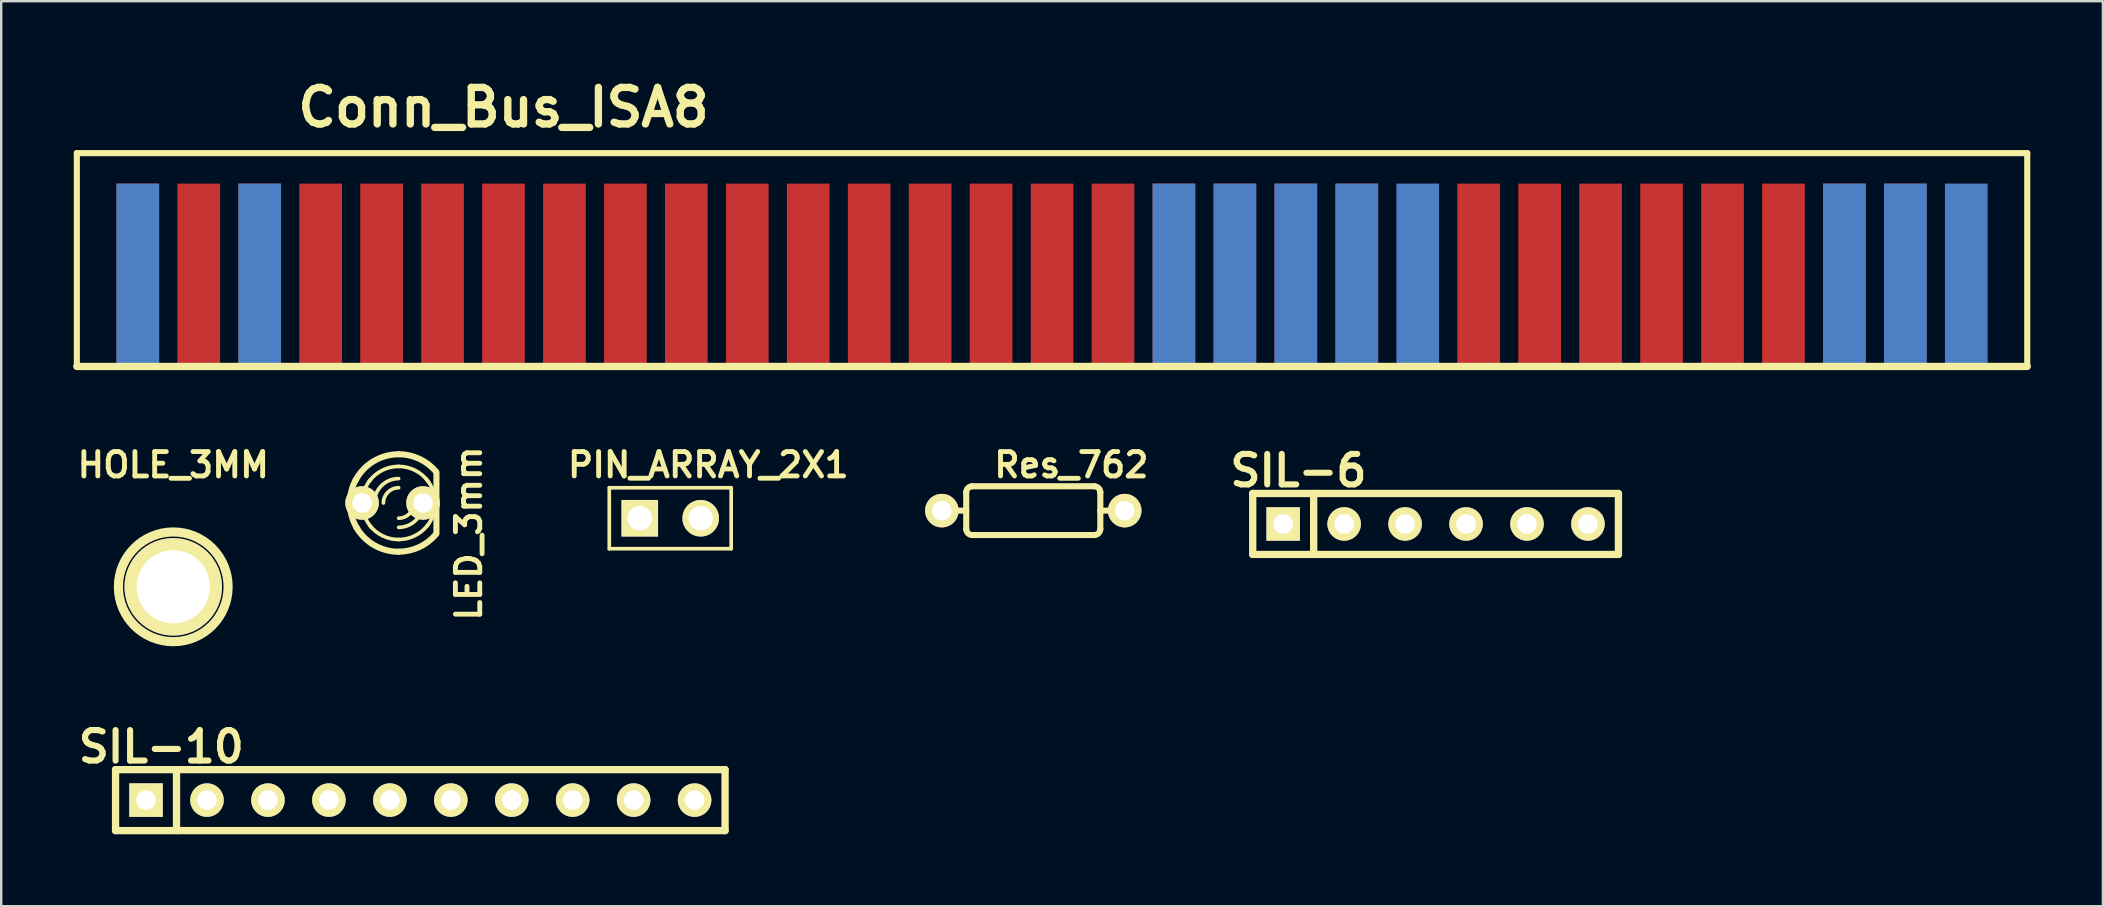
<source format=kicad_pcb>
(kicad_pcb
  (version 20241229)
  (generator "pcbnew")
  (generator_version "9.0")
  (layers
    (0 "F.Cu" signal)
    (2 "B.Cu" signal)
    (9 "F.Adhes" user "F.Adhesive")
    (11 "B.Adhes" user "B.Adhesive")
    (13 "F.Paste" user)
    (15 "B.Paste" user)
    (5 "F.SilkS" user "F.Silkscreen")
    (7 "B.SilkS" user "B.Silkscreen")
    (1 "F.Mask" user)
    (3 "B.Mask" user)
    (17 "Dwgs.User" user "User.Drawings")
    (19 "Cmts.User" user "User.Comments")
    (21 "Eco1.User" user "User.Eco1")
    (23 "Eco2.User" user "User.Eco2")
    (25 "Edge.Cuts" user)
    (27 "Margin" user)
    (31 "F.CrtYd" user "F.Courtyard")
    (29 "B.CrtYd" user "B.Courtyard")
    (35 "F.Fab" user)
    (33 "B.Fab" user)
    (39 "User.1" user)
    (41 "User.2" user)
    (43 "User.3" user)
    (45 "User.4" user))
  (footprint "Conn_Bus_ISA8"
    (layer "F.Cu")
    (at 40.792 8.411)
    (property "Reference" "Conn_Bus_ISA8" (at -22.86 -6.985 0) (layer "F.SilkS") (effects (font (size 1.524 1.524) (thickness 0.305))))
    (fp_line (start -40.64 3.81) (end -40.64 -5.08) (stroke (width 0.254) (type solid)) (layer "F.SilkS"))
    (fp_line (start 40.64 -5.08) (end -40.64 -5.08) (stroke (width 0.254) (type solid)) (layer "F.SilkS"))
    (fp_line (start 40.64 -5.08) (end 40.64 3.81) (stroke (width 0.254) (type solid)) (layer "F.SilkS"))
    (fp_line (start 40.64 3.81) (end -40.64 3.81) (stroke (width 0.305) (type solid)) (layer "F.SilkS"))
    (pad "1" connect rect (at 38.1 0) (size 1.778 7.62) (layers "B.Cu" "B.Mask"))
    (pad "2" connect rect (at 35.56 0) (size 1.778 7.62) (layers "B.Cu" "B.Mask"))
    (pad "3" connect rect (at 33.02 0) (size 1.778 7.62) (layers "B.Cu" "B.Mask"))
    (pad "10" connect rect (at 15.24 0) (size 1.778 7.62) (layers "B.Cu" "B.Mask"))
    (pad "11" connect rect (at 12.7 0) (size 1.778 7.62) (layers "B.Cu" "B.Mask"))
    (pad "12" connect rect (at 10.16 0) (size 1.778 7.62) (layers "B.Cu" "B.Mask"))
    (pad "13" connect rect (at 7.62 0) (size 1.778 7.62) (layers "B.Cu" "B.Mask"))
    (pad "14" connect rect (at 5.08 0) (size 1.778 7.62) (layers "B.Cu" "B.Mask"))
    (pad "29" connect rect (at -33.02 0) (size 1.778 7.62) (layers "B.Cu" "B.Mask"))
    (pad "31" connect rect (at -38.1 0) (size 1.778 7.62) (layers "B.Cu" "B.Mask"))
    (pad "33" connect rect (at 35.56 0) (size 1.778 7.62) (layers "F.Cu" "F.Mask"))
    (pad "34" connect rect (at 33.02 0) (size 1.778 7.62) (layers "F.Cu" "F.Mask"))
    (pad "35" connect rect (at 30.48 0) (size 1.778 7.62) (layers "F.Cu" "F.Mask"))
    (pad "36" connect rect (at 27.94 0) (size 1.778 7.62) (layers "F.Cu" "F.Mask"))
    (pad "37" connect rect (at 25.4 0) (size 1.778 7.62) (layers "F.Cu" "F.Mask"))
    (pad "38" connect rect (at 22.86 0) (size 1.778 7.62) (layers "F.Cu" "F.Mask"))
    (pad "39" connect rect (at 20.32 0) (size 1.778 7.62) (layers "F.Cu" "F.Mask"))
    (pad "40" connect rect (at 17.78 0) (size 1.778 7.62) (layers "F.Cu" "F.Mask"))
    (pad "42" connect rect (at 12.7 0) (size 1.778 7.62) (layers "F.Cu" "F.Mask"))
    (pad "43" connect rect (at 10.16 0) (size 1.778 7.62) (layers "F.Cu" "F.Mask"))
    (pad "44" connect rect (at 7.62 0) (size 1.778 7.62) (layers "F.Cu" "F.Mask"))
    (pad "45" connect rect (at 5.08 0) (size 1.778 7.62) (layers "F.Cu" "F.Mask"))
    (pad "46" connect rect (at 2.54 0) (size 1.778 7.62) (layers "F.Cu" "F.Mask"))
    (pad "47" connect rect (at 0 0) (size 1.778 7.62) (layers "F.Cu" "F.Mask"))
    (pad "48" connect rect (at -2.54 0) (size 1.778 7.62) (layers "F.Cu" "F.Mask"))
    (pad "49" connect rect (at -5.08 0) (size 1.778 7.62) (layers "F.Cu" "F.Mask"))
    (pad "50" connect rect (at -7.62 0) (size 1.778 7.62) (layers "F.Cu" "F.Mask"))
    (pad "51" connect rect (at -10.16 0) (size 1.778 7.62) (layers "F.Cu" "F.Mask"))
    (pad "52" connect rect (at -12.7 0) (size 1.778 7.62) (layers "F.Cu" "F.Mask"))
    (pad "53" connect rect (at -15.24 0) (size 1.778 7.62) (layers "F.Cu" "F.Mask"))
    (pad "54" connect rect (at -17.78 0) (size 1.778 7.62) (layers "F.Cu" "F.Mask"))
    (pad "55" connect rect (at -20.32 0) (size 1.778 7.62) (layers "F.Cu" "F.Mask"))
    (pad "56" connect rect (at -22.86 0) (size 1.778 7.62) (layers "F.Cu" "F.Mask"))
    (pad "57" connect rect (at -25.4 0) (size 1.778 7.62) (layers "F.Cu" "F.Mask"))
    (pad "58" connect rect (at -27.94 0) (size 1.778 7.62) (layers "F.Cu" "F.Mask"))
    (pad "59" connect rect (at -30.48 0) (size 1.778 7.62) (layers "F.Cu" "F.Mask"))
    (pad "60" connect rect (at -33.02 0) (size 1.778 7.62) (layers "F.Cu" "F.Mask"))
    (pad "61" connect rect (at -35.56 0) (size 1.778 7.62) (layers "F.Cu" "F.Mask"))
    (pad "62" connect rect (at -38.1 0) (size 1.778 7.62) (layers "F.Cu" "F.Mask")))
  (footprint "Res_762"
    (layer "F.Cu")
    (at 40.01 18.23)
    (property "Reference" "Res_762" (at 1.587 -1.905 0) (layer "F.SilkS") (effects (font (size 1.016 1.016) (thickness 0.203))))
    (fp_line (start -3.81 0) (end -2.794 0) (stroke (width 0.254) (type solid)) (layer "F.SilkS"))
    (fp_line (start -2.794 0.762) (end -2.794 -0.762) (stroke (width 0.254) (type solid)) (layer "F.SilkS"))
    (fp_line (start -2.54 -1.016) (end 2.54 -1.016) (stroke (width 0.254) (type solid)) (layer "F.SilkS"))
    (fp_line (start 2.54 1.016) (end -2.54 1.016) (stroke (width 0.254) (type solid)) (layer "F.SilkS"))
    (fp_line (start 2.794 -0.762) (end 2.794 0.762) (stroke (width 0.254) (type solid)) (layer "F.SilkS"))
    (fp_line (start 2.794 0) (end 3.81 0) (stroke (width 0.254) (type solid)) (layer "F.SilkS"))
    (fp_arc (start -2.794 -0.762) (mid -2.719605 -0.941605) (end -2.54 -1.016) (stroke (width 0.254) (type solid)) (layer "F.SilkS"))
    (fp_arc (start -2.54 1.016) (mid -2.719605 0.941605) (end -2.794 0.762) (stroke (width 0.254) (type solid)) (layer "F.SilkS"))
    (fp_arc (start 2.54 -1.016) (mid 2.719605 -0.941605) (end 2.794 -0.762) (stroke (width 0.254) (type solid)) (layer "F.SilkS"))
    (fp_arc (start 2.794 0.762) (mid 2.719605 0.941605) (end 2.54 1.016) (stroke (width 0.254) (type solid)) (layer "F.SilkS"))
    (pad "1" thru_hole circle (at -3.81 0) (size 1.397 1.397) (drill 0.813) (layers "*.Cu" "*.Mask" "F.SilkS"))
    (pad "2" thru_hole circle (at 3.81 0) (size 1.397 1.397) (drill 0.813) (layers "*.Cu" "*.Mask" "F.SilkS")))
  (footprint "HOLE_3MM"
    (layer "F.Cu")
    (at 4.17 21.405)
    (property "Reference" "HOLE_3MM" (at 0 -5.08 0) (layer "F.SilkS") (effects (font (size 1.016 1.016) (thickness 0.203))))
    (fp_circle (center 0 0) (end 0 -2.286) (stroke (width 0.381) (type solid)) (fill no) (layer "F.SilkS"))
    (pad "1" thru_hole circle (at 0 0) (size 4.064 4.064) (drill 3.048) (layers "*.Cu" "*.Mask" "F.SilkS")))
  (footprint "LED_3mm"
    (layer "F.Cu")
    (at 13.309 17.911)
    (property "Reference" "LED_3mm" (at 3.175 1.27 90) (layer "F.SilkS") (effects (font (size 1.016 1.016) (thickness 0.203))))
    (fp_line (start 1.829 1.27) (end 1.829 -1.27) (stroke (width 0.254) (type solid)) (layer "F.SilkS"))
    (fp_arc (start -1.778 0) (mid -1.716347 -0.496745) (end -1.53513 -0.963347) (stroke (width 0.254) (type solid)) (layer "F.SilkS"))
    (fp_arc (start -1.5367 -0.95504) (mid -0.790567 -1.739997) (end 0.253025 -2.02946) (stroke (width 0.254) (type solid)) (layer "F.SilkS"))
    (fp_arc (start -1.47574 1.06426) (mid -1.700164 0.553076) (end -1.776923 0.0001) (stroke (width 0.254) (type solid)) (layer "F.SilkS"))
    (fp_arc (start -1.27 0) (mid -1.178999 -0.518738) (end -0.916864 -0.975527) (stroke (width 0.1524) (type solid)) (layer "F.SilkS"))
    (fp_arc (start -0.9652 -0.9144) (mid -0.427912 -1.362928) (end 0.253199 -1.524) (stroke (width 0.1524) (type solid)) (layer "F.SilkS"))
    (fp_arc (start -0.88392 1.01092) (mid -1.168742 0.540951) (end -1.268111 0.000469) (stroke (width 0.1524) (type solid)) (layer "F.SilkS"))
    (fp_arc (start -0.762 0) (mid -0.46442 -0.71842) (end 0.254 -1.016) (stroke (width 0.1524) (type solid)) (layer "F.SilkS"))
    (fp_arc (start -0.381 0) (mid -0.195013 -0.449013) (end 0.254 -0.635) (stroke (width 0.1524) (type solid)) (layer "F.SilkS"))
    (fp_arc (start 0.254 -2.032) (mid 1.114367 -1.840867) (end 1.81288 -1.303426) (stroke (width 0.254) (type solid)) (layer "F.SilkS"))
    (fp_arc (start 0.254 -1.524) (mid 0.950618 -1.35547) (end 1.493166 -0.887155) (stroke (width 0.1524) (type solid)) (layer "F.SilkS"))
    (fp_arc (start 0.254 1.524) (mid -0.415273 1.369179) (end -0.948564 0.936171) (stroke (width 0.1524) (type solid)) (layer "F.SilkS"))
    (fp_arc (start 0.254 2.032) (mid -0.76507 1.757988) (end -1.509299 1.009851) (stroke (width 0.254) (type solid)) (layer "F.SilkS"))
    (fp_arc (start 0.889 0) (mid 0.703013 0.449013) (end 0.254 0.635) (stroke (width 0.1524) (type solid)) (layer "F.SilkS"))
    (fp_arc (start 1.27 0) (mid 0.97242 0.71842) (end 0.254 1.016) (stroke (width 0.1524) (type solid)) (layer "F.SilkS"))
    (fp_arc (start 1.4097 -0.9906) (mid 1.681593 -0.528119) (end 1.776147 -0.000034) (stroke (width 0.1524) (type solid)) (layer "F.SilkS"))
    (fp_arc (start 1.45542 0.93472) (mid 0.922882 1.367373) (end 0.254442 1.522206) (stroke (width 0.1524) (type solid)) (layer "F.SilkS"))
    (fp_arc (start 1.778 0) (mid 1.686999 0.518738) (end 1.424864 0.975527) (stroke (width 0.1524) (type solid)) (layer "F.SilkS"))
    (fp_arc (start 1.8034 1.31064) (mid 1.109154 1.840416) (end 0.256552 2.029387) (stroke (width 0.254) (type solid)) (layer "F.SilkS"))
    (pad "1" thru_hole circle (at -1.27 0) (size 1.397 1.397) (drill 0.813) (layers "*.Cu" "*.Mask" "F.SilkS"))
    (pad "2" thru_hole circle (at 1.27 0) (size 1.397 1.397) (drill 0.813) (layers "*.Cu" "*.Mask" "F.SilkS")))
  (footprint "SIL-6"
    (layer "F.Cu")
    (at 56.775 18.785)
    (property "Reference" "SIL-6" (at -5.715 -2.223 0) (layer "F.SilkS") (effects (font (size 1.27 1.27) (thickness 0.254))))
    (fp_line (start -7.62 -1.27) (end 7.62 -1.27) (stroke (width 0.305) (type solid)) (layer "F.SilkS"))
    (fp_line (start -7.62 1.27) (end -7.62 -1.27) (stroke (width 0.305) (type solid)) (layer "F.SilkS"))
    (fp_line (start -5.08 1.27) (end -5.08 -1.27) (stroke (width 0.305) (type solid)) (layer "F.SilkS"))
    (fp_line (start 7.62 -1.27) (end 7.62 1.27) (stroke (width 0.305) (type solid)) (layer "F.SilkS"))
    (fp_line (start 7.62 1.27) (end -7.62 1.27) (stroke (width 0.305) (type solid)) (layer "F.SilkS"))
    (pad "1" thru_hole rect (at -6.35 0) (size 1.397 1.397) (drill 0.813) (layers "*.Cu" "*.Mask" "F.SilkS"))
    (pad "2" thru_hole circle (at -3.81 0) (size 1.397 1.397) (drill 0.813) (layers "*.Cu" "*.Mask" "F.SilkS"))
    (pad "3" thru_hole circle (at -1.27 0) (size 1.397 1.397) (drill 0.813) (layers "*.Cu" "*.Mask" "F.SilkS"))
    (pad "4" thru_hole circle (at 1.27 0) (size 1.397 1.397) (drill 0.813) (layers "*.Cu" "*.Mask" "F.SilkS"))
    (pad "5" thru_hole circle (at 3.81 0) (size 1.397 1.397) (drill 0.813) (layers "*.Cu" "*.Mask" "F.SilkS"))
    (pad "6" thru_hole circle (at 6.35 0) (size 1.397 1.397) (drill 0.813) (layers "*.Cu" "*.Mask" "F.SilkS")))
  (footprint "SIL-10"
    (layer "F.Cu")
    (at 14.466 30.293)
    (property "Reference" "SIL-10" (at -10.795 -2.223 0) (layer "F.SilkS") (effects (font (size 1.27 1.27) (thickness 0.254))))
    (fp_line (start -12.7 -1.27) (end 12.7 -1.27) (stroke (width 0.305) (type solid)) (layer "F.SilkS"))
    (fp_line (start -12.7 1.27) (end -12.7 -1.27) (stroke (width 0.305) (type solid)) (layer "F.SilkS"))
    (fp_line (start -10.16 1.27) (end -10.16 -1.27) (stroke (width 0.305) (type solid)) (layer "F.SilkS"))
    (fp_line (start 12.7 -1.27) (end 12.7 1.27) (stroke (width 0.305) (type solid)) (layer "F.SilkS"))
    (fp_line (start 12.7 1.27) (end -12.7 1.27) (stroke (width 0.305) (type solid)) (layer "F.SilkS"))
    (pad "1" thru_hole rect (at -11.43 0) (size 1.397 1.397) (drill 0.813) (layers "*.Cu" "*.Mask" "F.SilkS"))
    (pad "2" thru_hole circle (at -8.89 0) (size 1.397 1.397) (drill 0.813) (layers "*.Cu" "*.Mask" "F.SilkS"))
    (pad "3" thru_hole circle (at -6.35 0) (size 1.397 1.397) (drill 0.813) (layers "*.Cu" "*.Mask" "F.SilkS"))
    (pad "4" thru_hole circle (at -3.81 0) (size 1.397 1.397) (drill 0.813) (layers "*.Cu" "*.Mask" "F.SilkS"))
    (pad "5" thru_hole circle (at -1.27 0) (size 1.397 1.397) (drill 0.813) (layers "*.Cu" "*.Mask" "F.SilkS"))
    (pad "6" thru_hole circle (at 1.27 0) (size 1.397 1.397) (drill 0.813) (layers "*.Cu" "*.Mask" "F.SilkS"))
    (pad "7" thru_hole circle (at 3.81 0) (size 1.397 1.397) (drill 0.813) (layers "*.Cu" "*.Mask" "F.SilkS"))
    (pad "8" thru_hole circle (at 6.35 0) (size 1.397 1.397) (drill 0.813) (layers "*.Cu" "*.Mask" "F.SilkS"))
    (pad "9" thru_hole circle (at 8.89 0) (size 1.397 1.397) (drill 0.813) (layers "*.Cu" "*.Mask" "F.SilkS"))
    (pad "10" thru_hole circle (at 11.43 0) (size 1.397 1.397) (drill 0.813) (layers "*.Cu" "*.Mask" "F.SilkS")))
  (footprint "PIN_ARRAY_2X1"
    (layer "F.Cu")
    (at 24.881 18.547)
    (property "Reference" "PIN_ARRAY_2X1" (at 1.587 -2.223 0) (layer "F.SilkS") (effects (font (size 1.016 1.016) (thickness 0.203))))
    (fp_line (start -2.54 -1.27) (end 2.54 -1.27) (stroke (width 0.152) (type solid)) (layer "F.SilkS"))
    (fp_line (start -2.54 1.27) (end -2.54 -1.27) (stroke (width 0.152) (type solid)) (layer "F.SilkS"))
    (fp_line (start 2.54 -1.27) (end 2.54 1.27) (stroke (width 0.152) (type solid)) (layer "F.SilkS"))
    (fp_line (start 2.54 1.27) (end -2.54 1.27) (stroke (width 0.152) (type solid)) (layer "F.SilkS"))
    (pad "1" thru_hole rect (at -1.27 0) (size 1.524 1.524) (drill 1.016) (layers "*.Cu" "*.Mask" "F.SilkS"))
    (pad "2" thru_hole circle (at 1.27 0) (size 1.524 1.524) (drill 1.016) (layers "*.Cu" "*.Mask" "F.SilkS")))
  (gr_rect
    (start -3 -3)
    (end 84.585 34.715)
    (stroke (width 0.1) (type default))
    (fill no)
    (layer "Edge.Cuts")))
</source>
